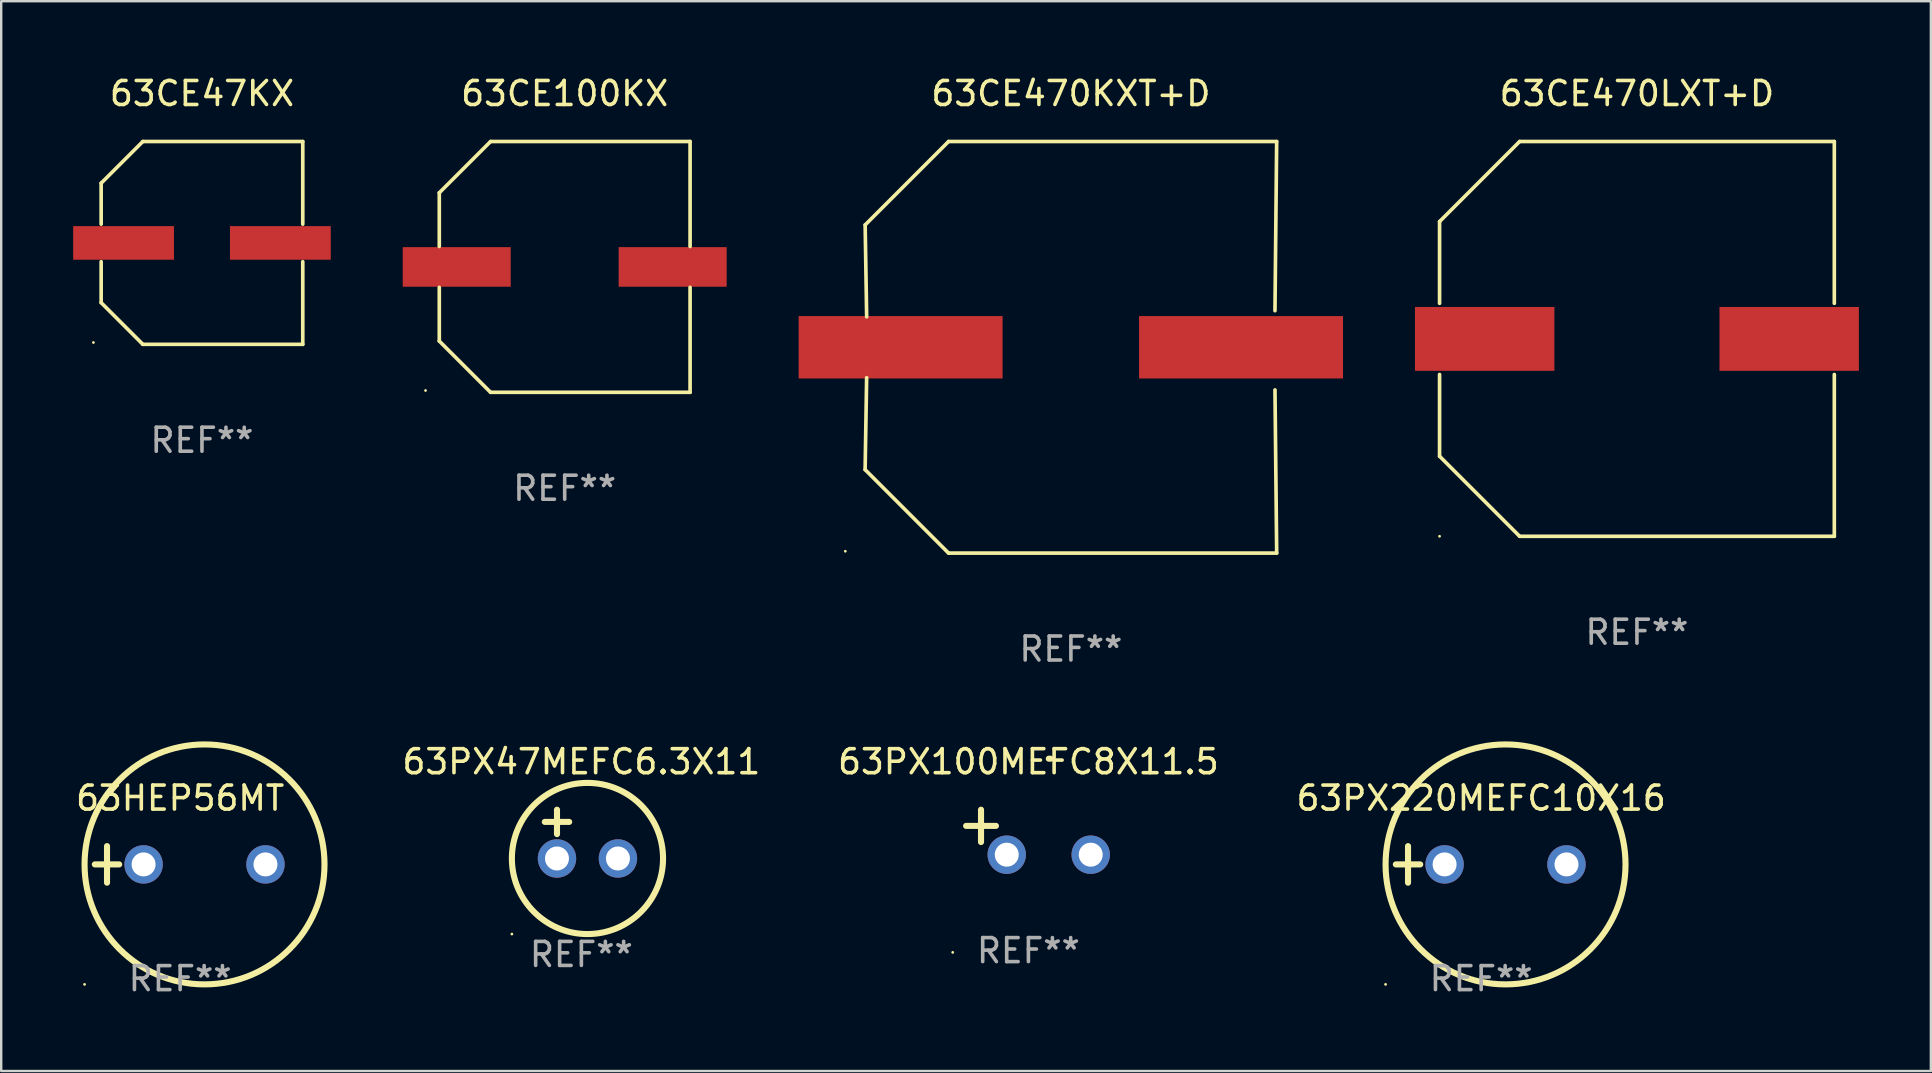
<source format=kicad_pcb>
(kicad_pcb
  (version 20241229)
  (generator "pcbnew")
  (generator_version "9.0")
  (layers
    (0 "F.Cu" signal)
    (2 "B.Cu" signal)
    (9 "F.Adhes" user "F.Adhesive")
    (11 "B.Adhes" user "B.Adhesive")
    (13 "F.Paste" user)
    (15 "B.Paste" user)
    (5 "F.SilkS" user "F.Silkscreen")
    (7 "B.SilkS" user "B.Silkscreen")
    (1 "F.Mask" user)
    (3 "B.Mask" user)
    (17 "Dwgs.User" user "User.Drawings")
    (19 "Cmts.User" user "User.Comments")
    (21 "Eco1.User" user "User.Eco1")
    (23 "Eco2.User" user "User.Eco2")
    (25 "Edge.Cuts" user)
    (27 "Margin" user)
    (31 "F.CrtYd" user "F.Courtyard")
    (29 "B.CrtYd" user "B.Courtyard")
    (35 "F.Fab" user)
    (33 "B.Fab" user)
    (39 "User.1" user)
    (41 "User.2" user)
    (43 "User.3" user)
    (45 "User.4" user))
  (footprint "63CE47KX"
    (layer "F.Cu")
    (at 5.367 7.074)
    (property "Reference" "63CE47KX" (at 0 -6.226 0) (layer "F.SilkS") (effects (font (size 1 1) (thickness 0.15))))
    (attr through_hole)
    (fp_line (start -4.201 -2.49) (end -4.201 -0.782) (stroke (width 0.152) (type solid)) (layer "F.SilkS"))
    (fp_line (start -4.201 2.49) (end -4.201 0.782) (stroke (width 0.152) (type solid)) (layer "F.SilkS"))
    (fp_line (start -2.465 -4.226) (end -4.201 -2.49) (stroke (width 0.152) (type solid)) (layer "F.SilkS"))
    (fp_line (start -2.465 4.226) (end -4.201 2.49) (stroke (width 0.152) (type solid)) (layer "F.SilkS"))
    (fp_line (start 4.201 -4.226) (end -2.465 -4.226) (stroke (width 0.152) (type solid)) (layer "F.SilkS"))
    (fp_line (start 4.201 -0.782) (end 4.201 -4.226) (stroke (width 0.152) (type solid)) (layer "F.SilkS"))
    (fp_line (start 4.201 0.782) (end 4.201 4.226) (stroke (width 0.152) (type solid)) (layer "F.SilkS"))
    (fp_line (start 4.201 4.226) (end -2.465 4.226) (stroke (width 0.152) (type solid)) (layer "F.SilkS"))
    (fp_circle (center -4.524 4.15) (end -4.494 4.15) (stroke (width 0.06) (type solid)) (fill no) (layer "F.SilkS"))
    (fp_text user "REF**" (at 0 8.226 0) (layer "F.Fab") (effects (font (size 1 1) (thickness 0.15))))
    (pad "1" smd rect (at -3.267 0) (size 4.2 1.4) (layers "F.Cu" "F.Mask" "F.Paste"))
    (pad "2" smd rect (at 3.267 0) (size 4.2 1.4) (layers "F.Cu" "F.Mask" "F.Paste")))
  (footprint "63CE470KXT+D"
    (layer "F.Cu")
    (at 41.581 11.424)
    (property "Reference" "63CE470KXT+D" (at 0 -10.576 0) (layer "F.SilkS") (effects (font (size 1 1) (thickness 0.15))))
    (attr through_hole)
    (fp_line (start -8.576 5.099) (end -8.513 1.269) (stroke (width 0.152) (type solid)) (layer "F.SilkS"))
    (fp_line (start -8.575 -5.101) (end -8.512 -1.271) (stroke (width 0.152) (type solid)) (layer "F.SilkS"))
    (fp_line (start -5.1 -8.576) (end -8.575 -5.101) (stroke (width 0.152) (type solid)) (layer "F.SilkS"))
    (fp_line (start -5.1 8.576) (end -8.576 5.099) (stroke (width 0.152) (type solid)) (layer "F.SilkS"))
    (fp_line (start 8.505 -1.525) (end 8.575 -8.576) (stroke (width 0.152) (type solid)) (layer "F.SilkS"))
    (fp_line (start 8.505 1.777) (end 8.576 8.576) (stroke (width 0.152) (type solid)) (layer "F.SilkS"))
    (fp_line (start 8.575 -8.576) (end -5.1 -8.576) (stroke (width 0.152) (type solid)) (layer "F.SilkS"))
    (fp_line (start 8.576 8.576) (end -5.1 8.576) (stroke (width 0.152) (type solid)) (layer "F.SilkS"))
    (fp_circle (center -9.402 8.499) (end -9.372 8.499) (stroke (width 0.06) (type solid)) (fill no) (layer "F.SilkS"))
    (fp_text user "REF**" (at 0 12.576 0) (layer "F.Fab") (effects (font (size 1 1) (thickness 0.15))))
    (pad "1" smd rect (at -7.097 -0.001) (size 8.5 2.6) (layers "F.Cu" "F.Mask" "F.Paste"))
    (pad "2" smd rect (at 7.09 -0.001) (size 8.5 2.6) (layers "F.Cu" "F.Mask" "F.Paste")))
  (footprint "63PX47MEFC6.3X11"
    (layer "F.Cu")
    (at 21.179 31.712)
    (property "Reference" "63PX47MEFC6.3X11" (at 0 -3.016 0) (layer "F.SilkS") (effects (font (size 1 1) (thickness 0.15))))
    (attr through_hole)
    (fp_line (start -1.524 -0.508) (end -0.508 -0.508) (stroke (width 0.254) (type solid)) (layer "F.SilkS"))
    (fp_line (start -1.016 -1.016) (end -1.016 0) (stroke (width 0.254) (type solid)) (layer "F.SilkS"))
    (fp_circle (center -2.896 4.166) (end -2.866 4.166) (stroke (width 0.06) (type solid)) (fill no) (layer "F.SilkS"))
    (fp_circle (center 0.254 1.016) (end 3.404 1.016) (stroke (width 0.254) (type solid)) (fill no) (layer "F.SilkS"))
    (fp_text user "REF**" (at 0 5.016 0) (layer "F.Fab") (effects (font (size 1 1) (thickness 0.15))))
    (pad "1" thru_hole circle (at -1.016 1.016) (size 1.6 1.6) (drill 1) (layers "*.Cu" "*.Mask"))
    (pad "2" thru_hole circle (at 1.524 1.016) (size 1.6 1.6) (drill 1) (layers "*.Cu" "*.Mask")))
  (footprint "63CE100KX"
    (layer "F.Cu")
    (at 20.484 8.074)
    (property "Reference" "63CE100KX" (at 0 -7.226 0) (layer "F.SilkS") (effects (font (size 1 1) (thickness 0.15))))
    (attr through_hole)
    (fp_line (start -5.226 -3.09) (end -5.226 -0.852) (stroke (width 0.152) (type solid)) (layer "F.SilkS"))
    (fp_line (start -5.226 3.09) (end -5.226 0.852) (stroke (width 0.152) (type solid)) (layer "F.SilkS"))
    (fp_line (start -3.09 -5.226) (end -5.226 -3.09) (stroke (width 0.152) (type solid)) (layer "F.SilkS"))
    (fp_line (start -3.09 5.226) (end -5.226 3.09) (stroke (width 0.152) (type solid)) (layer "F.SilkS"))
    (fp_line (start 5.226 -5.226) (end -3.09 -5.226) (stroke (width 0.152) (type solid)) (layer "F.SilkS"))
    (fp_line (start 5.226 -0.852) (end 5.226 -5.226) (stroke (width 0.152) (type solid)) (layer "F.SilkS"))
    (fp_line (start 5.226 0.852) (end 5.226 5.226) (stroke (width 0.152) (type solid)) (layer "F.SilkS"))
    (fp_line (start 5.226 5.226) (end -3.09 5.226) (stroke (width 0.152) (type solid)) (layer "F.SilkS"))
    (fp_circle (center -5.8 5.15) (end -5.77 5.15) (stroke (width 0.06) (type solid)) (fill no) (layer "F.SilkS"))
    (fp_text user "REF**" (at 0 9.226 0) (layer "F.Fab") (effects (font (size 1 1) (thickness 0.15))))
    (pad "1" smd rect (at -4.5 0) (size 4.5 1.65) (layers "F.Cu" "F.Mask" "F.Paste"))
    (pad "2" smd rect (at 4.5 0) (size 4.5 1.65) (layers "F.Cu" "F.Mask" "F.Paste")))
  (footprint "63PX220MEFC10X16"
    (layer "F.Cu")
    (at 58.679 32.975)
    (property "Reference" "63PX220MEFC10X16" (at 0 -2.762 0) (layer "F.SilkS") (effects (font (size 1 1) (thickness 0.15))))
    (attr through_hole)
    (fp_line (start -3.556 0) (end -2.54 0) (stroke (width 0.254) (type solid)) (layer "F.SilkS"))
    (fp_line (start -3.048 -0.762) (end -3.048 0.762) (stroke (width 0.254) (type solid)) (layer "F.SilkS"))
    (fp_circle (center -3.984 5) (end -3.954 5) (stroke (width 0.06) (type solid)) (fill no) (layer "F.SilkS"))
    (fp_circle (center 1.016 0) (end 6.016 0) (stroke (width 0.254) (type solid)) (fill no) (layer "F.SilkS"))
    (fp_text user "REF**" (at 0 4.762 0) (layer "F.Fab") (effects (font (size 1 1) (thickness 0.15))))
    (pad "1" thru_hole circle (at -1.524 0) (size 1.6 1.6) (drill 1) (layers "*.Cu" "*.Mask"))
    (pad "2" thru_hole circle (at 3.556 0) (size 1.6 1.6) (drill 1) (layers "*.Cu" "*.Mask")))
  (footprint "63HEP56MT"
    (layer "F.Cu")
    (at 4.458 32.975)
    (property "Reference" "63HEP56MT" (at 0 -2.762 0) (layer "F.SilkS") (effects (font (size 1 1) (thickness 0.15))))
    (attr through_hole)
    (fp_line (start -3.556 0) (end -2.54 0) (stroke (width 0.254) (type solid)) (layer "F.SilkS"))
    (fp_line (start -3.048 -0.762) (end -3.048 0.762) (stroke (width 0.254) (type solid)) (layer "F.SilkS"))
    (fp_circle (center -3.984 5) (end -3.954 5) (stroke (width 0.06) (type solid)) (fill no) (layer "F.SilkS"))
    (fp_circle (center 1.016 0) (end 6.016 0) (stroke (width 0.254) (type solid)) (fill no) (layer "F.SilkS"))
    (fp_text user "REF**" (at 0 4.762 0) (layer "F.Fab") (effects (font (size 1 1) (thickness 0.15))))
    (pad "1" thru_hole circle (at -1.524 0) (size 1.6 1.6) (drill 1) (layers "*.Cu" "*.Mask"))
    (pad "2" thru_hole circle (at 3.556 0) (size 1.6 1.6) (drill 1) (layers "*.Cu" "*.Mask")))
  (footprint "63CE470LXT+D"
    (layer "F.Cu")
    (at 65.171 11.074)
    (property "Reference" "63CE470LXT+D" (at 0 -10.226 0) (layer "F.SilkS") (effects (font (size 1 1) (thickness 0.15))))
    (attr through_hole)
    (fp_line (start -8.226 -4.89) (end -4.89 -8.226) (stroke (width 0.152) (type solid)) (layer "F.SilkS"))
    (fp_line (start -8.226 -1.482) (end -8.226 -4.89) (stroke (width 0.152) (type solid)) (layer "F.SilkS"))
    (fp_line (start -8.226 1.482) (end -8.226 4.89) (stroke (width 0.152) (type solid)) (layer "F.SilkS"))
    (fp_line (start -8.226 4.89) (end -4.89 8.226) (stroke (width 0.152) (type solid)) (layer "F.SilkS"))
    (fp_line (start -4.89 -8.226) (end 8.226 -8.226) (stroke (width 0.152) (type solid)) (layer "F.SilkS"))
    (fp_line (start -4.89 8.226) (end 8.226 8.226) (stroke (width 0.152) (type solid)) (layer "F.SilkS"))
    (fp_line (start 8.226 -8.226) (end 8.226 -1.482) (stroke (width 0.152) (type solid)) (layer "F.SilkS"))
    (fp_line (start 8.226 8.226) (end 8.226 1.482) (stroke (width 0.152) (type solid)) (layer "F.SilkS"))
    (fp_circle (center -8.226 8.226) (end -8.196 8.226) (stroke (width 0.06) (type solid)) (fill no) (layer "F.SilkS"))
    (fp_text user "REF**" (at 0 12.226 0) (layer "F.Fab") (effects (font (size 1 1) (thickness 0.15))))
    (pad "1" smd rect (at -6.345 -0.000013) (size 5.81 2.66) (layers "F.Cu" "F.Mask" "F.Paste"))
    (pad "2" smd rect (at 6.345 -0.000013) (size 5.81 2.66) (layers "F.Cu" "F.Mask" "F.Paste")))
  (footprint "63PX100MEFC8X11.5"
    (layer "F.Cu")
    (at 39.81 31.633)
    (property "Reference" "63PX100MEFC8X11.5" (at 0 -2.937 0) (layer "F.SilkS") (effects (font (size 1 1) (thickness 0.15))))
    (attr through_hole)
    (fp_line (start -1.975 0.41) (end -1.975 -0.937) (stroke (width 0.254) (type solid)) (layer "F.SilkS"))
    (fp_line (start -1.353 -0.263) (end -2.597 -0.263) (stroke (width 0.254) (type solid)) (layer "F.SilkS"))
    (fp_arc (start 0.849809 -3.063957) (mid 0.885369 -3.064114) (end 0.920929 -3.063957) (stroke (width 0.254001) (type solid)) (layer "F.SilkS"))
    (fp_circle (center -3.154 5.008) (end -3.124 5.008) (stroke (width 0.06) (type solid)) (fill no) (layer "F.SilkS"))
    (fp_text user "REF**" (at 0 4.937 0) (layer "F.Fab") (effects (font (size 1 1) (thickness 0.15))))
    (pad "1" thru_hole circle (at -0.903 0.937) (size 1.6 1.6) (drill 1) (layers "*.Cu" "*.Mask"))
    (pad "2" thru_hole circle (at 2.597 0.937) (size 1.6 1.6) (drill 1) (layers "*.Cu" "*.Mask")))
  (gr_rect
    (start -3 -3)
    (end 77.421 41.585)
    (stroke (width 0.1) (type default))
    (fill no)
    (layer "Edge.Cuts")))
</source>
